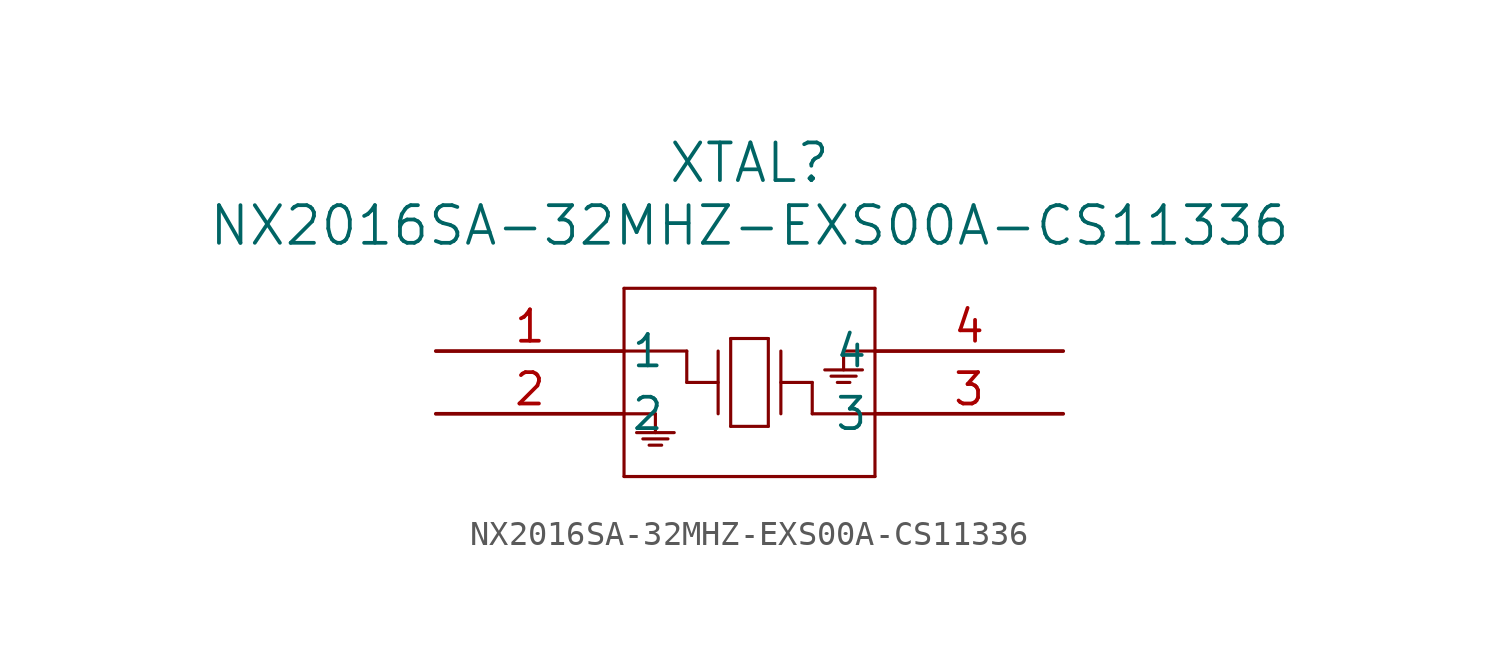
<source format=kicad_sym>
(kicad_symbol_lib
  (version 20211014)
  (generator kicad_symbol_editor)
  (symbol "NX2016SA-32MHZ-EXS00A-CS11336"
    (pin_names
      (offset 0.254))
    (property "Reference" "XTAL"
      (at 12.7 7.62 0)
      (effects (font (size 1.524 1.524))))
    (property "Value" "NX2016SA-32MHZ-EXS00A-CS11336"
      (at 12.7 5.08 0)
      (effects (font (size 1.524 1.524))))
    (symbol "NX2016SA-32MHZ-EXS00A-CS11336_0_1"
      (polyline (pts (xy 7.62 2.54) (xy 7.62 -5.08)) (stroke (width 0.127) (type default) (color 0 0 0 0)) (fill (type none)))
      (polyline (pts (xy 7.62 -5.08) (xy 17.78 -5.08)) (stroke (width 0.127) (type default) (color 0 0 0 0)) (fill (type none)))
      (polyline (pts (xy 17.78 -5.08) (xy 17.78 2.54)) (stroke (width 0.127) (type default) (color 0 0 0 0)) (fill (type none)))
      (polyline (pts (xy 17.78 2.54) (xy 7.62 2.54)) (stroke (width 0.127) (type default) (color 0 0 0 0)) (fill (type none)))
      (polyline (pts (xy 11.43 0) (xy 11.43 -2.54)) (stroke (width 0.127) (type default) (color 0 0 0 0)) (fill (type none)))
      (polyline (pts (xy 11.43 -1.27) (xy 10.16 -1.27)) (stroke (width 0.127) (type default) (color 0 0 0 0)) (fill (type none)))
      (polyline (pts (xy 10.16 -1.27) (xy 10.16 0)) (stroke (width 0.127) (type default) (color 0 0 0 0)) (fill (type none)))
      (polyline (pts (xy 10.16 0) (xy 7.62 0)) (stroke (width 0.127) (type default) (color 0 0 0 0)) (fill (type none)))
      (polyline (pts (xy 13.97 0) (xy 13.97 -2.54)) (stroke (width 0.127) (type default) (color 0 0 0 0)) (fill (type none)))
      (polyline (pts (xy 13.97 -1.27) (xy 15.24 -1.27)) (stroke (width 0.127) (type default) (color 0 0 0 0)) (fill (type none)))
      (polyline (pts (xy 15.24 -1.27) (xy 15.24 -2.54)) (stroke (width 0.127) (type default) (color 0 0 0 0)) (fill (type none)))
      (polyline (pts (xy 15.24 -2.54) (xy 17.78 -2.54)) (stroke (width 0.127) (type default) (color 0 0 0 0)) (fill (type none)))
      (polyline (pts (xy 11.938 0.508) (xy 11.938 -3.048)) (stroke (width 0.127) (type default) (color 0 0 0 0)) (fill (type none)))
      (polyline (pts (xy 11.938 -3.048) (xy 13.462 -3.048)) (stroke (width 0.127) (type default) (color 0 0 0 0)) (fill (type none)))
      (polyline (pts (xy 13.462 -3.048) (xy 13.462 0.508)) (stroke (width 0.127) (type default) (color 0 0 0 0)) (fill (type none)))
      (polyline (pts (xy 13.462 0.508) (xy 11.938 0.508)) (stroke (width 0.127) (type default) (color 0 0 0 0)) (fill (type none)))
      (polyline (pts (xy 7.62 -2.54) (xy 8.89 -2.54)) (stroke (width 0.127) (type default) (color 0 0 0 0)) (fill (type none)))
      (polyline (pts (xy 8.89 -2.54) (xy 8.89 -3.302)) (stroke (width 0.127) (type default) (color 0 0 0 0)) (fill (type none)))
      (polyline (pts (xy 8.636 -3.81) (xy 9.144 -3.81)) (stroke (width 0.127) (type default) (color 0 0 0 0)) (fill (type none)))
      (polyline (pts (xy 8.382 -3.556) (xy 9.398 -3.556)) (stroke (width 0.127) (type default) (color 0 0 0 0)) (fill (type none)))
      (polyline (pts (xy 8.128 -3.302) (xy 9.652 -3.302)) (stroke (width 0.127) (type default) (color 0 0 0 0)) (fill (type none)))
      (polyline (pts (xy 17.78 0) (xy 16.51 0)) (stroke (width 0.127) (type default) (color 0 0 0 0)) (fill (type none)))
      (polyline (pts (xy 16.51 0) (xy 16.51 -0.762)) (stroke (width 0.127) (type default) (color 0 0 0 0)) (fill (type none)))
      (polyline (pts (xy 16.764 -1.27) (xy 16.256 -1.27)) (stroke (width 0.127) (type default) (color 0 0 0 0)) (fill (type none)))
      (polyline (pts (xy 17.018 -1.016) (xy 16.002 -1.016)) (stroke (width 0.127) (type default) (color 0 0 0 0)) (fill (type none)))
      (polyline (pts (xy 17.272 -0.762) (xy 15.748 -0.762)) (stroke (width 0.127) (type default) (color 0 0 0 0)) (fill (type none)))
      (pin unspecified line (at 0 0 0) (length 7.62) (name "1" (effects (font (size 1.27 1.27)))) (number "1" (effects (font (size 1.27 1.27)))))
      (pin unspecified line (at 0 -2.54 0) (length 7.62) (name "2" (effects (font (size 1.27 1.27)))) (number "2" (effects (font (size 1.27 1.27)))))
      (pin unspecified line (at 25.4 -2.54 180) (length 7.62) (name "3" (effects (font (size 1.27 1.27)))) (number "3" (effects (font (size 1.27 1.27)))))
      (pin unspecified line (at 25.4 0 180) (length 7.62) (name "4" (effects (font (size 1.27 1.27)))) (number "4" (effects (font (size 1.27 1.27))))))))
</source>
